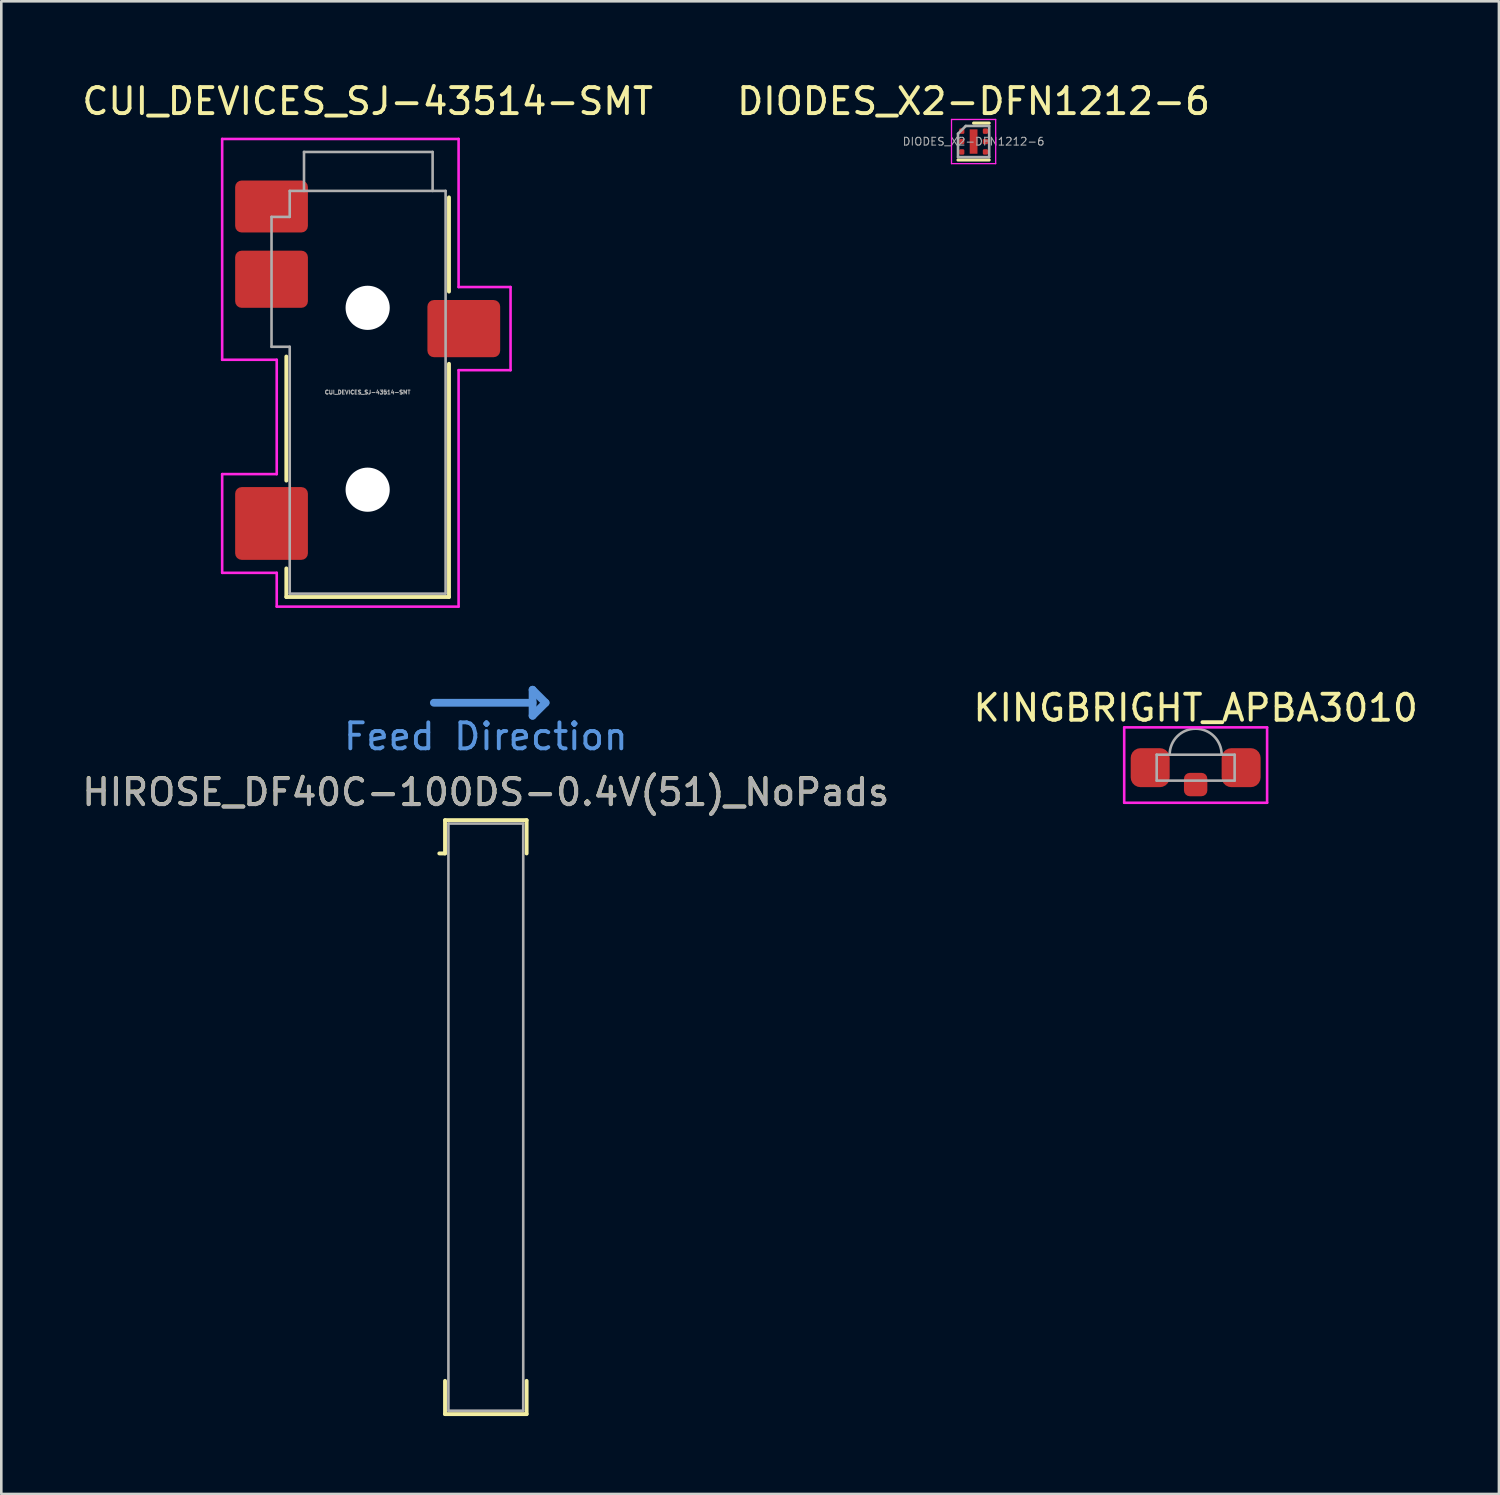
<source format=kicad_pcb>
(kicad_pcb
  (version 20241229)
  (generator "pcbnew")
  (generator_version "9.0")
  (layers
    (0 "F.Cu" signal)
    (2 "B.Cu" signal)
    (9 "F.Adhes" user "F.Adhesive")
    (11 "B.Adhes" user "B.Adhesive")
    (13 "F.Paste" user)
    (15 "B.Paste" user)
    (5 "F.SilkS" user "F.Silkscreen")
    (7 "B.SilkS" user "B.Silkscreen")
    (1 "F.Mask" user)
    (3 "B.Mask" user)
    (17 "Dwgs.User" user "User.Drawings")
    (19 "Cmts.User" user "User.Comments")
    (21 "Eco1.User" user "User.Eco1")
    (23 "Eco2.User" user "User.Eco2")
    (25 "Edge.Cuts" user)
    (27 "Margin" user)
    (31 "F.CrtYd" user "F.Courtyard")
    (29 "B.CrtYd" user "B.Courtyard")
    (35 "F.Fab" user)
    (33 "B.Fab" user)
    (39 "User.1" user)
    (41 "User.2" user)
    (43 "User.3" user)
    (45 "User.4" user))
  (footprint "CUI_DEVICES_SJ-43514-SMT"
    (layer "F.Cu")
    (at 11.101 12.048)
    (property "Reference" "CUI_DEVICES_SJ-43514-SMT" (at 0 -11.2 0) (layer "F.SilkS") (effects (font (size 1 1) (thickness 0.15))))
    (attr smd)
    (fp_line (start -3.13 3.4) (end -3.13 -1.375) (stroke (width 0.15) (type solid)) (layer "F.SilkS"))
    (fp_line (start -3.13 7.88) (end -3.13 6.78) (stroke (width 0.15) (type solid)) (layer "F.SilkS"))
    (fp_line (start 3.13 -7.5) (end 3.13 -3.875) (stroke (width 0.15) (type solid)) (layer "F.SilkS"))
    (fp_line (start 3.13 -1.095) (end 3.13 7.88) (stroke (width 0.15) (type solid)) (layer "F.SilkS"))
    (fp_line (start 3.13 7.88) (end -3.13 7.88) (stroke (width 0.15) (type solid)) (layer "F.SilkS"))
    (fp_line (start -5.6 -9.75) (end 3.5 -9.75) (stroke (width 0.1) (type solid)) (layer "F.CrtYd"))
    (fp_line (start -5.6 -1.25) (end -5.6 -9.75) (stroke (width 0.1) (type solid)) (layer "F.CrtYd"))
    (fp_line (start -5.6 3.15) (end -3.5 3.15) (stroke (width 0.1) (type solid)) (layer "F.CrtYd"))
    (fp_line (start -5.6 6.95) (end -5.6 3.15) (stroke (width 0.1) (type solid)) (layer "F.CrtYd"))
    (fp_line (start -3.5 -1.25) (end -5.6 -1.25) (stroke (width 0.1) (type solid)) (layer "F.CrtYd"))
    (fp_line (start -3.5 3.15) (end -3.5 -1.25) (stroke (width 0.1) (type solid)) (layer "F.CrtYd"))
    (fp_line (start -3.5 6.95) (end -5.6 6.95) (stroke (width 0.1) (type solid)) (layer "F.CrtYd"))
    (fp_line (start -3.5 8.25) (end -3.5 6.95) (stroke (width 0.1) (type solid)) (layer "F.CrtYd"))
    (fp_line (start 3.5 -9.75) (end 3.5 -4.05) (stroke (width 0.1) (type solid)) (layer "F.CrtYd"))
    (fp_line (start 3.5 -4.05) (end 5.5 -4.05) (stroke (width 0.1) (type solid)) (layer "F.CrtYd"))
    (fp_line (start 3.5 -0.85) (end 3.5 8.25) (stroke (width 0.1) (type solid)) (layer "F.CrtYd"))
    (fp_line (start 3.5 8.25) (end -3.5 8.25) (stroke (width 0.1) (type solid)) (layer "F.CrtYd"))
    (fp_line (start 5.5 -4.05) (end 5.5 -0.85) (stroke (width 0.1) (type solid)) (layer "F.CrtYd"))
    (fp_line (start 5.5 -0.85) (end 3.5 -0.85) (stroke (width 0.1) (type solid)) (layer "F.CrtYd"))
    (fp_line (start -3.7 -6.75) (end -3 -6.75) (stroke (width 0.1) (type solid)) (layer "F.Fab"))
    (fp_line (start -3.7 -1.75) (end -3.7 -6.75) (stroke (width 0.1) (type solid)) (layer "F.Fab"))
    (fp_line (start -3 -7.75) (end 3 -7.75) (stroke (width 0.1) (type solid)) (layer "F.Fab"))
    (fp_line (start -3 -6.75) (end -3 -7.75) (stroke (width 0.1) (type solid)) (layer "F.Fab"))
    (fp_line (start -3 -1.75) (end -3.7 -1.75) (stroke (width 0.1) (type solid)) (layer "F.Fab"))
    (fp_line (start -3 7.75) (end -3 -1.75) (stroke (width 0.1) (type solid)) (layer "F.Fab"))
    (fp_line (start -2.45 -9.25) (end 2.5 -9.25) (stroke (width 0.1) (type solid)) (layer "F.Fab"))
    (fp_line (start -2.45 -7.75) (end -2.45 -9.25) (stroke (width 0.1) (type solid)) (layer "F.Fab"))
    (fp_line (start 2.5 -9.25) (end 2.5 -7.75) (stroke (width 0.1) (type solid)) (layer "F.Fab"))
    (fp_line (start 3 -7.75) (end 3 7.75) (stroke (width 0.1) (type solid)) (layer "F.Fab"))
    (fp_line (start 3 7.75) (end -3 7.75) (stroke (width 0.1) (type solid)) (layer "F.Fab"))
    (fp_text user "${REFERENCE}" (at 0 0 0) (layer "F.Fab") (effects (font (size 0.15 0.15) (thickness 0.04))))
    (pad "" np_thru_hole circle (at 0 -3.25) (size 1.7 1.7) (drill 1.7) (layers "*.Cu" "*.Mask"))
    (pad "" np_thru_hole circle (at 0 3.75) (size 1.7 1.7) (drill 1.7) (layers "*.Cu" "*.Mask"))
    (pad "R1" smd roundrect (at 3.7 -2.45) (size 2.8 2.2) (layers "F.Cu" "F.Mask" "F.Paste") (roundrect_rratio 0.114))
    (pad "R2" smd roundrect (at -3.7 -4.35) (size 2.8 2.2) (layers "F.Cu" "F.Mask" "F.Paste") (roundrect_rratio 0.114))
    (pad "S" smd roundrect (at -3.7 -7.15) (size 2.8 2) (layers "F.Cu" "F.Mask" "F.Paste") (roundrect_rratio 0.125))
    (pad "T" smd roundrect (at -3.7 5.05) (size 2.8 2.8) (layers "F.Cu" "F.Mask" "F.Paste") (roundrect_rratio 0.089)))
  (footprint "DIODES_X2-DFN1212-6"
    (layer "F.Cu")
    (at 34.423 2.398)
    (property "Reference" "DIODES_X2-DFN1212-6" (at 0 -1.55 0) (layer "F.SilkS") (effects (font (size 1 1) (thickness 0.15))))
    (attr smd)
    (fp_line (start -0.6 0.71) (end 0.6 0.71) (stroke (width 0.12) (type solid)) (layer "F.SilkS"))
    (fp_line (start 0 -0.71) (end 0.6 -0.71) (stroke (width 0.12) (type solid)) (layer "F.SilkS"))
    (fp_line (start -0.85 -0.85) (end -0.85 0.85) (stroke (width 0.05) (type solid)) (layer "F.CrtYd"))
    (fp_line (start -0.85 0.85) (end 0.85 0.85) (stroke (width 0.05) (type solid)) (layer "F.CrtYd"))
    (fp_line (start 0.85 -0.85) (end -0.85 -0.85) (stroke (width 0.05) (type solid)) (layer "F.CrtYd"))
    (fp_line (start 0.85 0.85) (end 0.85 -0.85) (stroke (width 0.05) (type solid)) (layer "F.CrtYd"))
    (fp_line (start -0.6 -0.3) (end -0.3 -0.6) (stroke (width 0.1) (type solid)) (layer "F.Fab"))
    (fp_line (start -0.6 0.6) (end -0.6 -0.3) (stroke (width 0.1) (type solid)) (layer "F.Fab"))
    (fp_line (start -0.3 -0.6) (end 0.6 -0.6) (stroke (width 0.1) (type solid)) (layer "F.Fab"))
    (fp_line (start 0.6 -0.6) (end 0.6 0.6) (stroke (width 0.1) (type solid)) (layer "F.Fab"))
    (fp_line (start 0.6 0.6) (end -0.6 0.6) (stroke (width 0.1) (type solid)) (layer "F.Fab"))
    (fp_text user "${REFERENCE}" (at 0 0 0) (layer "F.Fab") (effects (font (size 0.3 0.3) (thickness 0.04))))
    (pad "" smd roundrect (at 0 -0.235) (size 0.24 0.38) (layers "F.Paste") (roundrect_rratio 0.25))
    (pad "" smd roundrect (at 0 0.235) (size 0.24 0.38) (layers "F.Paste") (roundrect_rratio 0.25))
    (pad "1" smd roundrect (at -0.455 -0.4) (size 0.2 0.21) (layers "F.Cu" "F.Mask" "F.Paste") (roundrect_rratio 0.25))
    (pad "2" smd roundrect (at -0.455 0) (size 0.2 0.21) (layers "F.Cu" "F.Mask" "F.Paste") (roundrect_rratio 0.25))
    (pad "3" smd roundrect (at -0.455 0.4) (size 0.2 0.21) (layers "F.Cu" "F.Mask" "F.Paste") (roundrect_rratio 0.25))
    (pad "4" smd roundrect (at 0.455 0.4) (size 0.2 0.21) (layers "F.Cu" "F.Mask" "F.Paste") (roundrect_rratio 0.25))
    (pad "5" smd roundrect (at 0.455 0) (size 0.2 0.21) (layers "F.Cu" "F.Mask" "F.Paste") (roundrect_rratio 0.25))
    (pad "6" smd roundrect (at 0.455 -0.4) (size 0.2 0.21) (layers "F.Cu" "F.Mask" "F.Paste") (roundrect_rratio 0.25))
    (pad "7" smd rect (at 0 0) (size 0.3 0.94) (layers "F.Cu" "F.Mask")))
  (footprint "KINGBRIGHT_APBA3010"
    (layer "F.Cu")
    (at 42.97 26.497)
    (property "Reference" "KINGBRIGHT_APBA3010" (at 0 -2.3 0) (layer "F.SilkS") (effects (font (size 1 1) (thickness 0.15))))
    (attr through_hole)
    (fp_line (start -2.75 -1.55) (end -2.75 1.35) (stroke (width 0.1) (type solid)) (layer "F.CrtYd"))
    (fp_line (start -2.75 1.35) (end 2.75 1.35) (stroke (width 0.1) (type solid)) (layer "F.CrtYd"))
    (fp_line (start 2.75 -1.55) (end -2.75 -1.55) (stroke (width 0.1) (type solid)) (layer "F.CrtYd"))
    (fp_line (start 2.75 1.35) (end 2.75 -1.55) (stroke (width 0.1) (type solid)) (layer "F.CrtYd"))
    (fp_line (start -1.5 -0.5) (end -1.5 0.5) (stroke (width 0.1) (type solid)) (layer "F.Fab"))
    (fp_line (start -1.5 0.5) (end 1.5 0.5) (stroke (width 0.1) (type solid)) (layer "F.Fab"))
    (fp_line (start 1.5 -0.5) (end -1.5 -0.5) (stroke (width 0.1) (type solid)) (layer "F.Fab"))
    (fp_line (start 1.5 0.5) (end 1.5 -0.5) (stroke (width 0.1) (type solid)) (layer "F.Fab"))
    (fp_arc (start -1 -0.5) (mid 0 -1.5) (end 1 -0.5) (stroke (width 0.1) (type solid)) (layer "F.Fab"))
    (pad "1" smd roundrect (at 1.75 0) (size 1.5 1.5) (layers "F.Cu" "F.Mask" "F.Paste") (roundrect_rratio 0.25))
    (pad "2" smd roundrect (at 0 0.65) (size 0.9 0.9) (layers "F.Cu" "F.Mask" "F.Paste") (roundrect_rratio 0.25))
    (pad "3" smd roundrect (at -1.75 0) (size 1.5 1.5) (layers "F.Cu" "F.Mask" "F.Paste") (roundrect_rratio 0.25)))
  (footprint "HIROSE_DF40C-100DS-0.4V(51)_NoPads"
    (layer "F.Cu")
    (at 15.649 39.948)
    (property "Reference" "HIROSE_DF40C-100DS-0.4V(51)_NoPads" (at 0 -12.51 0) (layer "F.SilkS") (effects (font (size 1 1) (thickness 0.15))))
    (attr smd)
    (fp_line (start -1.57 -11.43) (end 1.57 -11.43) (stroke (width 0.15) (type solid)) (layer "F.SilkS"))
    (fp_line (start -1.57 -10.15) (end -1.79 -10.15) (stroke (width 0.15) (type solid)) (layer "F.SilkS"))
    (fp_line (start -1.57 -10.15) (end -1.57 -11.43) (stroke (width 0.15) (type solid)) (layer "F.SilkS"))
    (fp_line (start -1.57 10.15) (end -1.57 11.43) (stroke (width 0.15) (type solid)) (layer "F.SilkS"))
    (fp_line (start -1.57 11.43) (end 1.57 11.43) (stroke (width 0.15) (type solid)) (layer "F.SilkS"))
    (fp_line (start 1.57 -11.43) (end 1.57 -10.15) (stroke (width 0.15) (type solid)) (layer "F.SilkS"))
    (fp_line (start 1.57 11.43) (end 1.57 10.15) (stroke (width 0.15) (type solid)) (layer "F.SilkS"))
    (fp_line (start -2 -15.95) (end 1.8 -15.95) (stroke (width 0.3) (type solid)) (layer "Cmts.User"))
    (fp_line (start 1.8 -16.45) (end 1.8 -15.45) (stroke (width 0.3) (type solid)) (layer "Cmts.User"))
    (fp_line (start 2.3 -15.95) (end 1.8 -16.45) (stroke (width 0.3) (type solid)) (layer "Cmts.User"))
    (fp_line (start 2.3 -15.95) (end 1.8 -15.45) (stroke (width 0.3) (type solid)) (layer "Cmts.User"))
    (fp_line (start -1.44 -11.3) (end 1.44 -11.3) (stroke (width 0.1) (type solid)) (layer "F.Fab"))
    (fp_line (start -1.44 11.3) (end -1.44 -11.3) (stroke (width 0.1) (type solid)) (layer "F.Fab"))
    (fp_line (start 1.44 -11.3) (end 1.44 11.3) (stroke (width 0.1) (type solid)) (layer "F.Fab"))
    (fp_line (start 1.44 11.3) (end -1.44 11.3) (stroke (width 0.1) (type solid)) (layer "F.Fab"))
    (fp_text user "Feed Direction" (at 0 -14.65 0) (layer "Cmts.User") (effects (font (size 1 1) (thickness 0.15))))
    (fp_text user "${REFERENCE}" (at 0 -12.5 0) (layer "F.Fab") (effects (font (size 1 1) (thickness 0.15)))))
  (gr_rect
    (start -3 -3)
    (end 54.643 54.453)
    (stroke (width 0.1) (type default))
    (fill no)
    (layer "Edge.Cuts")))
</source>
